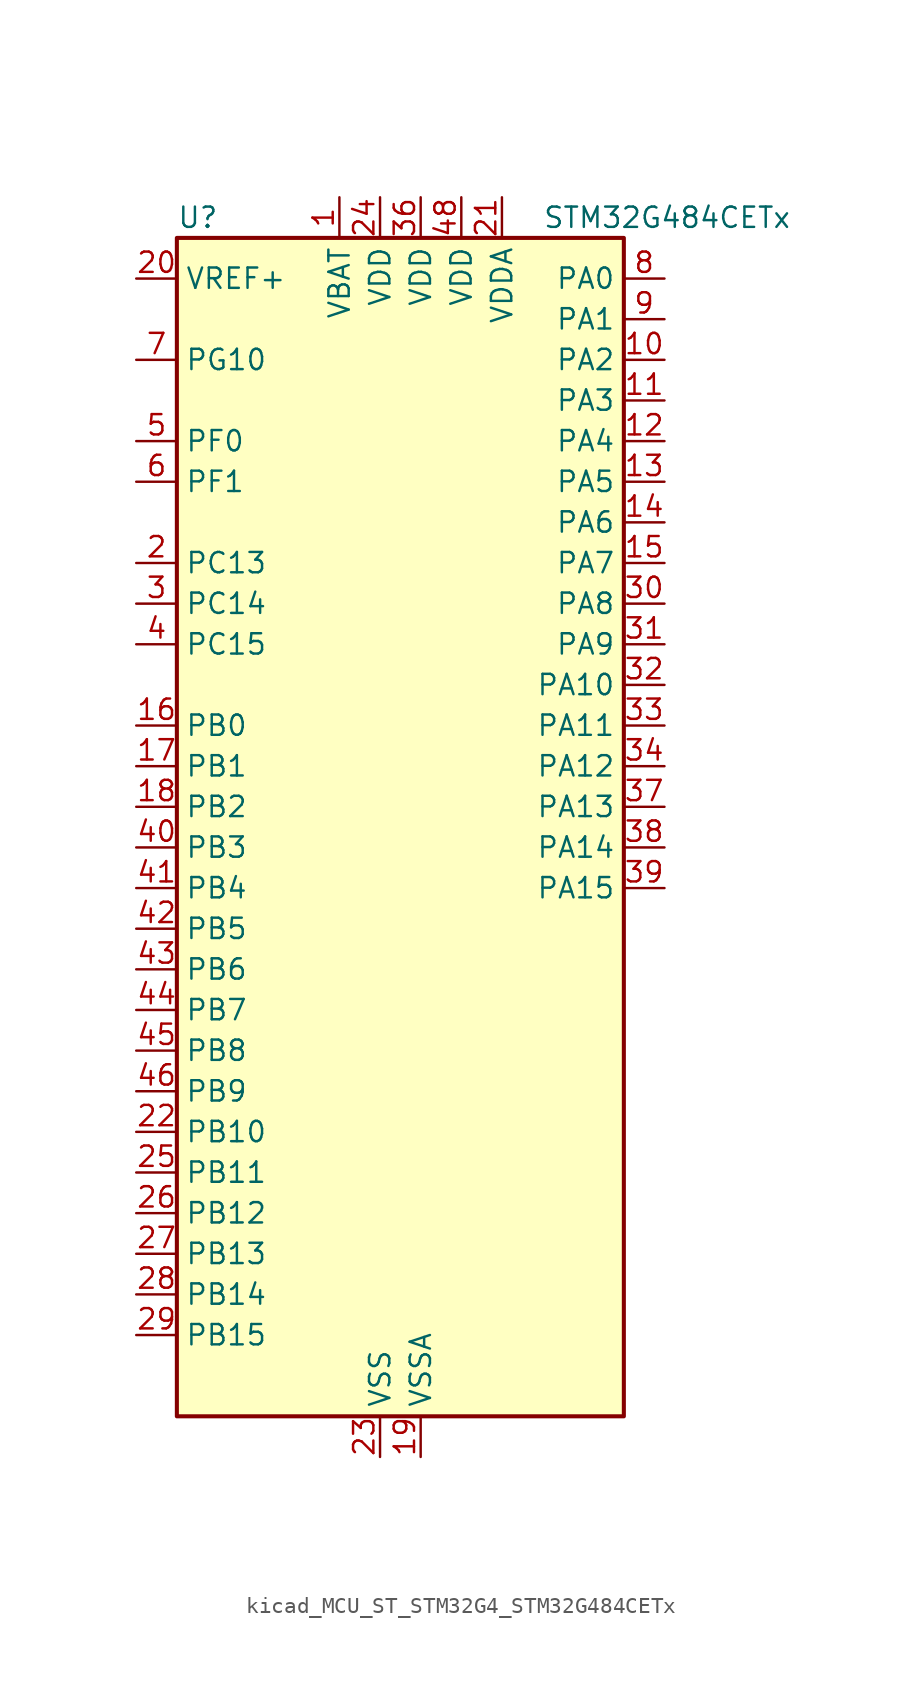
<source format=kicad_sym>
(kicad_symbol_lib
  (version 20220914)
  (generator kicad_symbol_editor)
  (symbol "kicad_MCU_ST_STM32G4_STM32G484CETx"
    (property "Reference" "U"
      (at -12.7 39.37 0)
      (effects (font (size 1.27 1.27)) (justify left)))
    (property "Value" "STM32G484CETx"
      (at 10.16 39.37 0)
      (effects (font (size 1.27 1.27)) (justify left)))
    (property "ki_locked" ""
      (at 0 0 0)
      (effects (font (size 1.27 1.27))))
    (symbol "kicad_MCU_ST_STM32G4_STM32G484CETx_0_1"
      (rectangle (start -12.7 -35.56) (end 15.24 38.1) (stroke (width 0.254) (type default)) (fill (type background))))
    (symbol "kicad_MCU_ST_STM32G4_STM32G484CETx_1_1"
      (pin power_in line (at -2.54 40.64 270) (length 2.54) (name "VBAT" (effects (font (size 1.27 1.27)))) (number "1" (effects (font (size 1.27 1.27)))))
      (pin bidirectional line (at 17.78 30.48 180) (length 2.54) (name "PA2" (effects (font (size 1.27 1.27)))) (number "10" (effects (font (size 1.27 1.27)))) (alternate "ADC1_IN3" bidirectional line) (alternate "ADC3_EXTI2" bidirectional line) (alternate "ADC4_EXTI2" bidirectional line) (alternate "ADC5_EXTI2" bidirectional line) (alternate "COMP2_INM" bidirectional line) (alternate "COMP2_OUT" bidirectional line) (alternate "LPUART1_TX" bidirectional line) (alternate "OPAMP1_VOUT" bidirectional line) (alternate "QUADSPI1_BK1_NCS" bidirectional line) (alternate "RCC_LSCO" bidirectional line) (alternate "SYS_WKUP4" bidirectional line) (alternate "TIM15_CH1" bidirectional line) (alternate "TIM2_CH3" bidirectional line) (alternate "TIM5_CH3" bidirectional line) (alternate "UCPD1_FRSTX1" bidirectional line) (alternate "UCPD1_FRSTX2" bidirectional line) (alternate "USART2_TX" bidirectional line))
      (pin bidirectional line (at 17.78 27.94 180) (length 2.54) (name "PA3" (effects (font (size 1.27 1.27)))) (number "11" (effects (font (size 1.27 1.27)))) (alternate "ADC1_IN4" bidirectional line) (alternate "ADC3_EXTI3" bidirectional line) (alternate "ADC4_EXTI3" bidirectional line) (alternate "ADC5_EXTI3" bidirectional line) (alternate "COMP2_INP" bidirectional line) (alternate "LPUART1_RX" bidirectional line) (alternate "OPAMP1_VINM" bidirectional line) (alternate "OPAMP1_VINM0" bidirectional line) (alternate "OPAMP1_VINM_SEC" bidirectional line) (alternate "OPAMP1_VINP" bidirectional line) (alternate "OPAMP1_VINP_SEC" bidirectional line) (alternate "OPAMP5_VINM" bidirectional line) (alternate "OPAMP5_VINM1" bidirectional line) (alternate "OPAMP5_VINM_SEC" bidirectional line) (alternate "QUADSPI1_CLK" bidirectional line) (alternate "SAI1_CK1" bidirectional line) (alternate "SAI1_MCLK_A" bidirectional line) (alternate "TIM15_CH2" bidirectional line) (alternate "TIM2_CH4" bidirectional line) (alternate "TIM5_CH4" bidirectional line) (alternate "USART2_RX" bidirectional line))
      (pin bidirectional line (at 17.78 25.4 180) (length 2.54) (name "PA4" (effects (font (size 1.27 1.27)))) (number "12" (effects (font (size 1.27 1.27)))) (alternate "ADC2_IN17" bidirectional line) (alternate "COMP1_INM" bidirectional line) (alternate "DAC1_OUT1" bidirectional line) (alternate "I2S3_WS" bidirectional line) (alternate "SAI1_FS_B" bidirectional line) (alternate "SPI1_NSS" bidirectional line) (alternate "SPI3_NSS" bidirectional line) (alternate "TIM3_CH2" bidirectional line) (alternate "USART2_CK" bidirectional line))
      (pin bidirectional line (at 17.78 22.86 180) (length 2.54) (name "PA5" (effects (font (size 1.27 1.27)))) (number "13" (effects (font (size 1.27 1.27)))) (alternate "ADC2_IN13" bidirectional line) (alternate "COMP2_INM" bidirectional line) (alternate "DAC1_OUT2" bidirectional line) (alternate "OPAMP2_VINM" bidirectional line) (alternate "OPAMP2_VINM0" bidirectional line) (alternate "OPAMP2_VINM_SEC" bidirectional line) (alternate "SPI1_SCK" bidirectional line) (alternate "TIM2_CH1" bidirectional line) (alternate "TIM2_ETR" bidirectional line) (alternate "UCPD1_FRSTX1" bidirectional line) (alternate "UCPD1_FRSTX2" bidirectional line))
      (pin bidirectional line (at 17.78 20.32 180) (length 2.54) (name "PA6" (effects (font (size 1.27 1.27)))) (number "14" (effects (font (size 1.27 1.27)))) (alternate "ADC2_IN3" bidirectional line) (alternate "COMP1_OUT" bidirectional line) (alternate "DAC2_OUT1" bidirectional line) (alternate "LPUART1_CTS" bidirectional line) (alternate "OPAMP2_VOUT" bidirectional line) (alternate "QUADSPI1_BK1_IO3" bidirectional line) (alternate "SPI1_MISO" bidirectional line) (alternate "TIM16_CH1" bidirectional line) (alternate "TIM1_BKIN" bidirectional line) (alternate "TIM3_CH1" bidirectional line) (alternate "TIM8_BKIN" bidirectional line))
      (pin bidirectional line (at 17.78 17.78 180) (length 2.54) (name "PA7" (effects (font (size 1.27 1.27)))) (number "15" (effects (font (size 1.27 1.27)))) (alternate "ADC2_IN4" bidirectional line) (alternate "COMP2_INP" bidirectional line) (alternate "COMP2_OUT" bidirectional line) (alternate "OPAMP1_VINP" bidirectional line) (alternate "OPAMP1_VINP_SEC" bidirectional line) (alternate "OPAMP2_VINP" bidirectional line) (alternate "OPAMP2_VINP_SEC" bidirectional line) (alternate "QUADSPI1_BK1_IO2" bidirectional line) (alternate "SPI1_MOSI" bidirectional line) (alternate "TIM17_CH1" bidirectional line) (alternate "TIM1_CH1N" bidirectional line) (alternate "TIM3_CH2" bidirectional line) (alternate "TIM8_CH1N" bidirectional line) (alternate "UCPD1_FRSTX1" bidirectional line) (alternate "UCPD1_FRSTX2" bidirectional line))
      (pin bidirectional line (at -15.24 7.62 0) (length 2.54) (name "PB0" (effects (font (size 1.27 1.27)))) (number "16" (effects (font (size 1.27 1.27)))) (alternate "ADC1_IN15" bidirectional line) (alternate "ADC3_IN12" bidirectional line) (alternate "COMP4_INP" bidirectional line) (alternate "HRTIM1_FLT5" bidirectional line) (alternate "OPAMP2_VINP" bidirectional line) (alternate "OPAMP2_VINP_SEC" bidirectional line) (alternate "OPAMP3_VINP" bidirectional line) (alternate "OPAMP3_VINP_SEC" bidirectional line) (alternate "QUADSPI1_BK1_IO1" bidirectional line) (alternate "TIM1_CH2N" bidirectional line) (alternate "TIM3_CH3" bidirectional line) (alternate "TIM8_CH2N" bidirectional line) (alternate "UCPD1_FRSTX1" bidirectional line) (alternate "UCPD1_FRSTX2" bidirectional line))
      (pin bidirectional line (at -15.24 5.08 0) (length 2.54) (name "PB1" (effects (font (size 1.27 1.27)))) (number "17" (effects (font (size 1.27 1.27)))) (alternate "ADC1_IN12" bidirectional line) (alternate "ADC3_IN1" bidirectional line) (alternate "COMP1_INP" bidirectional line) (alternate "COMP4_OUT" bidirectional line) (alternate "HRTIM1_SCOUT" bidirectional line) (alternate "LPUART1_DE" bidirectional line) (alternate "LPUART1_RTS" bidirectional line) (alternate "OPAMP3_VOUT" bidirectional line) (alternate "OPAMP6_VINM" bidirectional line) (alternate "OPAMP6_VINM1" bidirectional line) (alternate "OPAMP6_VINM_SEC" bidirectional line) (alternate "QUADSPI1_BK1_IO0" bidirectional line) (alternate "TIM1_CH3N" bidirectional line) (alternate "TIM3_CH4" bidirectional line) (alternate "TIM8_CH3N" bidirectional line))
      (pin bidirectional line (at -15.24 2.54 0) (length 2.54) (name "PB2" (effects (font (size 1.27 1.27)))) (number "18" (effects (font (size 1.27 1.27)))) (alternate "ADC2_IN12" bidirectional line) (alternate "ADC3_EXTI2" bidirectional line) (alternate "ADC4_EXTI2" bidirectional line) (alternate "ADC5_EXTI2" bidirectional line) (alternate "COMP4_INM" bidirectional line) (alternate "HRTIM1_SCIN" bidirectional line) (alternate "I2C3_SMBA" bidirectional line) (alternate "LPTIM1_OUT" bidirectional line) (alternate "OPAMP3_VINM" bidirectional line) (alternate "OPAMP3_VINM0" bidirectional line) (alternate "OPAMP3_VINM_SEC" bidirectional line) (alternate "QUADSPI1_BK2_IO1" bidirectional line) (alternate "RTC_OUT2" bidirectional line) (alternate "TIM20_CH1" bidirectional line) (alternate "TIM5_CH1" bidirectional line))
      (pin power_in line (at 2.54 -38.1 90) (length 2.54) (name "VSSA" (effects (font (size 1.27 1.27)))) (number "19" (effects (font (size 1.27 1.27)))))
      (pin bidirectional line (at -15.24 17.78 0) (length 2.54) (name "PC13" (effects (font (size 1.27 1.27)))) (number "2" (effects (font (size 1.27 1.27)))) (alternate "RTC_OUT1" bidirectional line) (alternate "RTC_TAMP1" bidirectional line) (alternate "RTC_TS" bidirectional line) (alternate "SYS_WKUP2" bidirectional line) (alternate "TIM1_BKIN" bidirectional line) (alternate "TIM1_CH1N" bidirectional line) (alternate "TIM8_CH4N" bidirectional line))
      (pin input line (at -15.24 35.56 0) (length 2.54) (name "VREF+" (effects (font (size 1.27 1.27)))) (number "20" (effects (font (size 1.27 1.27)))) (alternate "VREFBUF_OUT" bidirectional line))
      (pin power_in line (at 7.62 40.64 270) (length 2.54) (name "VDDA" (effects (font (size 1.27 1.27)))) (number "21" (effects (font (size 1.27 1.27)))))
      (pin bidirectional line (at -15.24 -17.78 0) (length 2.54) (name "PB10" (effects (font (size 1.27 1.27)))) (number "22" (effects (font (size 1.27 1.27)))) (alternate "COMP5_INM" bidirectional line) (alternate "DAC1_EXTI10" bidirectional line) (alternate "DAC2_EXTI10" bidirectional line) (alternate "DAC3_EXTI10" bidirectional line) (alternate "DAC4_EXTI10" bidirectional line) (alternate "HRTIM1_FLT3" bidirectional line) (alternate "LPUART1_RX" bidirectional line) (alternate "OPAMP3_VINM" bidirectional line) (alternate "OPAMP3_VINM1" bidirectional line) (alternate "OPAMP3_VINM_SEC" bidirectional line) (alternate "OPAMP4_VINM" bidirectional line) (alternate "OPAMP4_VINM0" bidirectional line) (alternate "OPAMP4_VINM_SEC" bidirectional line) (alternate "QUADSPI1_CLK" bidirectional line) (alternate "SAI1_SCK_A" bidirectional line) (alternate "TIM1_BKIN" bidirectional line) (alternate "TIM2_CH3" bidirectional line) (alternate "USART3_TX" bidirectional line))
      (pin power_in line (at 0 -38.1 90) (length 2.54) (name "VSS" (effects (font (size 1.27 1.27)))) (number "23" (effects (font (size 1.27 1.27)))))
      (pin power_in line (at 0 40.64 270) (length 2.54) (name "VDD" (effects (font (size 1.27 1.27)))) (number "24" (effects (font (size 1.27 1.27)))))
      (pin bidirectional line (at -15.24 -20.32 0) (length 2.54) (name "PB11" (effects (font (size 1.27 1.27)))) (number "25" (effects (font (size 1.27 1.27)))) (alternate "ADC1_EXTI11" bidirectional line) (alternate "ADC1_IN14" bidirectional line) (alternate "ADC2_EXTI11" bidirectional line) (alternate "ADC2_IN14" bidirectional line) (alternate "COMP6_INP" bidirectional line) (alternate "HRTIM1_FLT4" bidirectional line) (alternate "LPUART1_TX" bidirectional line) (alternate "OPAMP4_VINP" bidirectional line) (alternate "OPAMP4_VINP_SEC" bidirectional line) (alternate "OPAMP6_VOUT" bidirectional line) (alternate "QUADSPI1_BK1_NCS" bidirectional line) (alternate "TIM2_CH4" bidirectional line) (alternate "USART3_RX" bidirectional line))
      (pin bidirectional line (at -15.24 -22.86 0) (length 2.54) (name "PB12" (effects (font (size 1.27 1.27)))) (number "26" (effects (font (size 1.27 1.27)))) (alternate "ADC1_IN11" bidirectional line) (alternate "ADC4_IN3" bidirectional line) (alternate "COMP7_INM" bidirectional line) (alternate "FDCAN2_RX" bidirectional line) (alternate "HRTIM1_CHC1" bidirectional line) (alternate "I2C2_SMBA" bidirectional line) (alternate "I2S2_WS" bidirectional line) (alternate "LPUART1_DE" bidirectional line) (alternate "LPUART1_RTS" bidirectional line) (alternate "OPAMP4_VOUT" bidirectional line) (alternate "OPAMP6_VINP" bidirectional line) (alternate "OPAMP6_VINP_SEC" bidirectional line) (alternate "SPI2_NSS" bidirectional line) (alternate "TIM1_BKIN" bidirectional line) (alternate "TIM5_ETR" bidirectional line) (alternate "USART3_CK" bidirectional line))
      (pin bidirectional line (at -15.24 -25.4 0) (length 2.54) (name "PB13" (effects (font (size 1.27 1.27)))) (number "27" (effects (font (size 1.27 1.27)))) (alternate "ADC3_IN5" bidirectional line) (alternate "COMP5_INP" bidirectional line) (alternate "FDCAN2_TX" bidirectional line) (alternate "HRTIM1_CHC2" bidirectional line) (alternate "I2S2_CK" bidirectional line) (alternate "LPUART1_CTS" bidirectional line) (alternate "OPAMP3_VINP" bidirectional line) (alternate "OPAMP3_VINP_SEC" bidirectional line) (alternate "OPAMP4_VINP" bidirectional line) (alternate "OPAMP4_VINP_SEC" bidirectional line) (alternate "OPAMP6_VINP" bidirectional line) (alternate "OPAMP6_VINP_SEC" bidirectional line) (alternate "SPI2_SCK" bidirectional line) (alternate "TIM1_CH1N" bidirectional line) (alternate "USART3_CTS" bidirectional line) (alternate "USART3_NSS" bidirectional line))
      (pin bidirectional line (at -15.24 -27.94 0) (length 2.54) (name "PB14" (effects (font (size 1.27 1.27)))) (number "28" (effects (font (size 1.27 1.27)))) (alternate "ADC1_IN5" bidirectional line) (alternate "ADC4_IN4" bidirectional line) (alternate "COMP4_OUT" bidirectional line) (alternate "COMP7_INP" bidirectional line) (alternate "HRTIM1_CHD1" bidirectional line) (alternate "OPAMP2_VINP" bidirectional line) (alternate "OPAMP2_VINP_SEC" bidirectional line) (alternate "OPAMP5_VINP" bidirectional line) (alternate "OPAMP5_VINP_SEC" bidirectional line) (alternate "SPI2_MISO" bidirectional line) (alternate "TIM15_CH1" bidirectional line) (alternate "TIM1_CH2N" bidirectional line) (alternate "USART3_DE" bidirectional line) (alternate "USART3_RTS" bidirectional line))
      (pin bidirectional line (at -15.24 -30.48 0) (length 2.54) (name "PB15" (effects (font (size 1.27 1.27)))) (number "29" (effects (font (size 1.27 1.27)))) (alternate "ADC1_EXTI15" bidirectional line) (alternate "ADC2_EXTI15" bidirectional line) (alternate "ADC2_IN15" bidirectional line) (alternate "ADC4_IN5" bidirectional line) (alternate "COMP3_OUT" bidirectional line) (alternate "COMP6_INM" bidirectional line) (alternate "HRTIM1_CHD2" bidirectional line) (alternate "I2S2_SD" bidirectional line) (alternate "OPAMP5_VINM" bidirectional line) (alternate "OPAMP5_VINM0" bidirectional line) (alternate "OPAMP5_VINM_SEC" bidirectional line) (alternate "RTC_REFIN" bidirectional line) (alternate "SPI2_MOSI" bidirectional line) (alternate "TIM15_CH1N" bidirectional line) (alternate "TIM15_CH2" bidirectional line) (alternate "TIM1_CH3N" bidirectional line))
      (pin bidirectional line (at -15.24 15.24 0) (length 2.54) (name "PC14" (effects (font (size 1.27 1.27)))) (number "3" (effects (font (size 1.27 1.27)))) (alternate "RCC_OSC32_IN" bidirectional line))
      (pin bidirectional line (at 17.78 15.24 180) (length 2.54) (name "PA8" (effects (font (size 1.27 1.27)))) (number "30" (effects (font (size 1.27 1.27)))) (alternate "ADC5_IN1" bidirectional line) (alternate "COMP7_OUT" bidirectional line) (alternate "FDCAN3_RX" bidirectional line) (alternate "HRTIM1_CHA1" bidirectional line) (alternate "I2C2_SDA" bidirectional line) (alternate "I2C3_SCL" bidirectional line) (alternate "I2S2_MCK" bidirectional line) (alternate "OPAMP5_VOUT" bidirectional line) (alternate "RCC_MCO" bidirectional line) (alternate "SAI1_CK2" bidirectional line) (alternate "SAI1_SCK_A" bidirectional line) (alternate "TIM1_CH1" bidirectional line) (alternate "TIM4_ETR" bidirectional line) (alternate "USART1_CK" bidirectional line))
      (pin bidirectional line (at 17.78 12.7 180) (length 2.54) (name "PA9" (effects (font (size 1.27 1.27)))) (number "31" (effects (font (size 1.27 1.27)))) (alternate "ADC5_IN2" bidirectional line) (alternate "COMP5_OUT" bidirectional line) (alternate "DAC1_EXTI9" bidirectional line) (alternate "DAC2_EXTI9" bidirectional line) (alternate "DAC3_EXTI9" bidirectional line) (alternate "DAC4_EXTI9" bidirectional line) (alternate "HRTIM1_CHA2" bidirectional line) (alternate "I2C2_SCL" bidirectional line) (alternate "I2C3_SMBA" bidirectional line) (alternate "I2S3_MCK" bidirectional line) (alternate "SAI1_FS_A" bidirectional line) (alternate "TIM15_BKIN" bidirectional line) (alternate "TIM1_CH2" bidirectional line) (alternate "TIM2_CH3" bidirectional line) (alternate "UCPD1_DBCC1" bidirectional line) (alternate "USART1_TX" bidirectional line))
      (pin bidirectional line (at 17.78 10.16 180) (length 2.54) (name "PA10" (effects (font (size 1.27 1.27)))) (number "32" (effects (font (size 1.27 1.27)))) (alternate "COMP6_OUT" bidirectional line) (alternate "CRS_SYNC" bidirectional line) (alternate "DAC1_EXTI10" bidirectional line) (alternate "DAC2_EXTI10" bidirectional line) (alternate "DAC3_EXTI10" bidirectional line) (alternate "DAC4_EXTI10" bidirectional line) (alternate "HRTIM1_CHB1" bidirectional line) (alternate "I2C2_SMBA" bidirectional line) (alternate "SAI1_D1" bidirectional line) (alternate "SAI1_SD_A" bidirectional line) (alternate "SPI2_MISO" bidirectional line) (alternate "TIM17_BKIN" bidirectional line) (alternate "TIM1_CH3" bidirectional line) (alternate "TIM2_CH4" bidirectional line) (alternate "TIM8_BKIN" bidirectional line) (alternate "UCPD1_DBCC2" bidirectional line) (alternate "USART1_RX" bidirectional line))
      (pin bidirectional line (at 17.78 7.62 180) (length 2.54) (name "PA11" (effects (font (size 1.27 1.27)))) (number "33" (effects (font (size 1.27 1.27)))) (alternate "ADC1_EXTI11" bidirectional line) (alternate "ADC2_EXTI11" bidirectional line) (alternate "COMP1_OUT" bidirectional line) (alternate "FDCAN1_RX" bidirectional line) (alternate "HRTIM1_CHB2" bidirectional line) (alternate "I2S2_SD" bidirectional line) (alternate "SPI2_MOSI" bidirectional line) (alternate "TIM1_BKIN2" bidirectional line) (alternate "TIM1_CH1N" bidirectional line) (alternate "TIM1_CH4" bidirectional line) (alternate "TIM4_CH1" bidirectional line) (alternate "USART1_CTS" bidirectional line) (alternate "USART1_NSS" bidirectional line) (alternate "USB_DM" bidirectional line))
      (pin bidirectional line (at 17.78 5.08 180) (length 2.54) (name "PA12" (effects (font (size 1.27 1.27)))) (number "34" (effects (font (size 1.27 1.27)))) (alternate "COMP2_OUT" bidirectional line) (alternate "FDCAN1_TX" bidirectional line) (alternate "HRTIM1_FLT1" bidirectional line) (alternate "I2S_CKIN" bidirectional line) (alternate "TIM16_CH1" bidirectional line) (alternate "TIM1_CH2N" bidirectional line) (alternate "TIM1_ETR" bidirectional line) (alternate "TIM4_CH2" bidirectional line) (alternate "USART1_DE" bidirectional line) (alternate "USART1_RTS" bidirectional line) (alternate "USB_DP" bidirectional line))
      (pin passive line (at 0 -38.1 90) (length 2.54) hide (name "VSS" (effects (font (size 1.27 1.27)))) (number "35" (effects (font (size 1.27 1.27)))))
      (pin power_in line (at 2.54 40.64 270) (length 2.54) (name "VDD" (effects (font (size 1.27 1.27)))) (number "36" (effects (font (size 1.27 1.27)))))
      (pin bidirectional line (at 17.78 2.54 180) (length 2.54) (name "PA13" (effects (font (size 1.27 1.27)))) (number "37" (effects (font (size 1.27 1.27)))) (alternate "I2C1_SCL" bidirectional line) (alternate "I2C4_SCL" bidirectional line) (alternate "IR_OUT" bidirectional line) (alternate "SAI1_SD_B" bidirectional line) (alternate "SYS_JTMS-SWDIO" bidirectional line) (alternate "TIM16_CH1N" bidirectional line) (alternate "TIM4_CH3" bidirectional line) (alternate "USART3_CTS" bidirectional line) (alternate "USART3_NSS" bidirectional line))
      (pin bidirectional line (at 17.78 0 180) (length 2.54) (name "PA14" (effects (font (size 1.27 1.27)))) (number "38" (effects (font (size 1.27 1.27)))) (alternate "I2C1_SDA" bidirectional line) (alternate "I2C4_SMBA" bidirectional line) (alternate "LPTIM1_OUT" bidirectional line) (alternate "SAI1_FS_B" bidirectional line) (alternate "SYS_JTCK-SWCLK" bidirectional line) (alternate "TIM1_BKIN" bidirectional line) (alternate "TIM8_CH2" bidirectional line) (alternate "USART2_TX" bidirectional line))
      (pin bidirectional line (at 17.78 -2.54 180) (length 2.54) (name "PA15" (effects (font (size 1.27 1.27)))) (number "39" (effects (font (size 1.27 1.27)))) (alternate "ADC1_EXTI15" bidirectional line) (alternate "ADC2_EXTI15" bidirectional line) (alternate "FDCAN3_TX" bidirectional line) (alternate "HRTIM1_FLT2" bidirectional line) (alternate "I2C1_SCL" bidirectional line) (alternate "I2S3_WS" bidirectional line) (alternate "SPI1_NSS" bidirectional line) (alternate "SPI3_NSS" bidirectional line) (alternate "SYS_JTDI" bidirectional line) (alternate "TIM1_BKIN" bidirectional line) (alternate "TIM2_CH1" bidirectional line) (alternate "TIM2_ETR" bidirectional line) (alternate "TIM8_CH1" bidirectional line) (alternate "USART2_RX" bidirectional line))
      (pin bidirectional line (at -15.24 12.7 0) (length 2.54) (name "PC15" (effects (font (size 1.27 1.27)))) (number "4" (effects (font (size 1.27 1.27)))) (alternate "ADC1_EXTI15" bidirectional line) (alternate "ADC2_EXTI15" bidirectional line) (alternate "RCC_OSC32_OUT" bidirectional line))
      (pin bidirectional line (at -15.24 0 0) (length 2.54) (name "PB3" (effects (font (size 1.27 1.27)))) (number "40" (effects (font (size 1.27 1.27)))) (alternate "ADC3_EXTI3" bidirectional line) (alternate "ADC4_EXTI3" bidirectional line) (alternate "ADC5_EXTI3" bidirectional line) (alternate "CRS_SYNC" bidirectional line) (alternate "FDCAN3_RX" bidirectional line) (alternate "HRTIM1_EEV9" bidirectional line) (alternate "HRTIM1_SCOUT" bidirectional line) (alternate "I2S3_CK" bidirectional line) (alternate "SAI1_SCK_B" bidirectional line) (alternate "SPI1_SCK" bidirectional line) (alternate "SPI3_SCK" bidirectional line) (alternate "SYS_JTDO-SWO" bidirectional line) (alternate "TIM2_CH2" bidirectional line) (alternate "TIM3_ETR" bidirectional line) (alternate "TIM4_ETR" bidirectional line) (alternate "TIM8_CH1N" bidirectional line) (alternate "USART2_TX" bidirectional line))
      (pin bidirectional line (at -15.24 -2.54 0) (length 2.54) (name "PB4" (effects (font (size 1.27 1.27)))) (number "41" (effects (font (size 1.27 1.27)))) (alternate "FDCAN3_TX" bidirectional line) (alternate "HRTIM1_EEV7" bidirectional line) (alternate "SAI1_MCLK_B" bidirectional line) (alternate "SPI1_MISO" bidirectional line) (alternate "SPI3_MISO" bidirectional line) (alternate "SYS_JTRST" bidirectional line) (alternate "TIM16_CH1" bidirectional line) (alternate "TIM17_BKIN" bidirectional line) (alternate "TIM3_CH1" bidirectional line) (alternate "TIM8_CH2N" bidirectional line) (alternate "UCPD1_CC2" bidirectional line) (alternate "USART2_RX" bidirectional line))
      (pin bidirectional line (at -15.24 -5.08 0) (length 2.54) (name "PB5" (effects (font (size 1.27 1.27)))) (number "42" (effects (font (size 1.27 1.27)))) (alternate "FDCAN2_RX" bidirectional line) (alternate "HRTIM1_EEV6" bidirectional line) (alternate "I2C1_SMBA" bidirectional line) (alternate "I2C3_SDA" bidirectional line) (alternate "I2S3_SD" bidirectional line) (alternate "LPTIM1_IN1" bidirectional line) (alternate "SAI1_SD_B" bidirectional line) (alternate "SPI1_MOSI" bidirectional line) (alternate "SPI3_MOSI" bidirectional line) (alternate "TIM16_BKIN" bidirectional line) (alternate "TIM17_CH1" bidirectional line) (alternate "TIM3_CH2" bidirectional line) (alternate "TIM8_CH3N" bidirectional line) (alternate "USART2_CK" bidirectional line))
      (pin bidirectional line (at -15.24 -7.62 0) (length 2.54) (name "PB6" (effects (font (size 1.27 1.27)))) (number "43" (effects (font (size 1.27 1.27)))) (alternate "COMP4_OUT" bidirectional line) (alternate "FDCAN2_TX" bidirectional line) (alternate "HRTIM1_EEV4" bidirectional line) (alternate "HRTIM1_SCIN" bidirectional line) (alternate "LPTIM1_ETR" bidirectional line) (alternate "SAI1_FS_B" bidirectional line) (alternate "TIM16_CH1N" bidirectional line) (alternate "TIM4_CH1" bidirectional line) (alternate "TIM8_BKIN2" bidirectional line) (alternate "TIM8_CH1" bidirectional line) (alternate "TIM8_ETR" bidirectional line) (alternate "UCPD1_CC1" bidirectional line) (alternate "USART1_TX" bidirectional line))
      (pin bidirectional line (at -15.24 -10.16 0) (length 2.54) (name "PB7" (effects (font (size 1.27 1.27)))) (number "44" (effects (font (size 1.27 1.27)))) (alternate "COMP3_OUT" bidirectional line) (alternate "HRTIM1_EEV3" bidirectional line) (alternate "I2C1_SDA" bidirectional line) (alternate "I2C4_SDA" bidirectional line) (alternate "LPTIM1_IN2" bidirectional line) (alternate "SYS_PVD_IN" bidirectional line) (alternate "TIM17_CH1N" bidirectional line) (alternate "TIM3_CH4" bidirectional line) (alternate "TIM4_CH2" bidirectional line) (alternate "TIM8_BKIN" bidirectional line) (alternate "USART1_RX" bidirectional line))
      (pin bidirectional line (at -15.24 -12.7 0) (length 2.54) (name "PB8" (effects (font (size 1.27 1.27)))) (number "45" (effects (font (size 1.27 1.27)))) (alternate "COMP1_OUT" bidirectional line) (alternate "FDCAN1_RX" bidirectional line) (alternate "HRTIM1_EEV8" bidirectional line) (alternate "I2C1_SCL" bidirectional line) (alternate "SAI1_CK1" bidirectional line) (alternate "SAI1_MCLK_A" bidirectional line) (alternate "TIM16_CH1" bidirectional line) (alternate "TIM1_BKIN" bidirectional line) (alternate "TIM4_CH3" bidirectional line) (alternate "TIM8_CH2" bidirectional line) (alternate "USART3_RX" bidirectional line))
      (pin bidirectional line (at -15.24 -15.24 0) (length 2.54) (name "PB9" (effects (font (size 1.27 1.27)))) (number "46" (effects (font (size 1.27 1.27)))) (alternate "COMP2_OUT" bidirectional line) (alternate "DAC1_EXTI9" bidirectional line) (alternate "DAC2_EXTI9" bidirectional line) (alternate "DAC3_EXTI9" bidirectional line) (alternate "DAC4_EXTI9" bidirectional line) (alternate "FDCAN1_TX" bidirectional line) (alternate "HRTIM1_EEV5" bidirectional line) (alternate "I2C1_SDA" bidirectional line) (alternate "IR_OUT" bidirectional line) (alternate "SAI1_D2" bidirectional line) (alternate "SAI1_FS_A" bidirectional line) (alternate "TIM17_CH1" bidirectional line) (alternate "TIM1_CH3N" bidirectional line) (alternate "TIM4_CH4" bidirectional line) (alternate "TIM8_CH3" bidirectional line) (alternate "USART3_TX" bidirectional line))
      (pin passive line (at 0 -38.1 90) (length 2.54) hide (name "VSS" (effects (font (size 1.27 1.27)))) (number "47" (effects (font (size 1.27 1.27)))))
      (pin power_in line (at 5.08 40.64 270) (length 2.54) (name "VDD" (effects (font (size 1.27 1.27)))) (number "48" (effects (font (size 1.27 1.27)))))
      (pin bidirectional line (at -15.24 25.4 0) (length 2.54) (name "PF0" (effects (font (size 1.27 1.27)))) (number "5" (effects (font (size 1.27 1.27)))) (alternate "ADC1_IN10" bidirectional line) (alternate "I2C2_SDA" bidirectional line) (alternate "I2S2_WS" bidirectional line) (alternate "RCC_OSC_IN" bidirectional line) (alternate "SPI2_NSS" bidirectional line) (alternate "TIM1_CH3N" bidirectional line))
      (pin bidirectional line (at -15.24 22.86 0) (length 2.54) (name "PF1" (effects (font (size 1.27 1.27)))) (number "6" (effects (font (size 1.27 1.27)))) (alternate "ADC2_IN10" bidirectional line) (alternate "COMP3_INM" bidirectional line) (alternate "I2S2_CK" bidirectional line) (alternate "RCC_OSC_OUT" bidirectional line) (alternate "SPI2_SCK" bidirectional line))
      (pin bidirectional line (at -15.24 30.48 0) (length 2.54) (name "PG10" (effects (font (size 1.27 1.27)))) (number "7" (effects (font (size 1.27 1.27)))) (alternate "DAC1_EXTI10" bidirectional line) (alternate "DAC2_EXTI10" bidirectional line) (alternate "DAC3_EXTI10" bidirectional line) (alternate "DAC4_EXTI10" bidirectional line) (alternate "RCC_MCO" bidirectional line))
      (pin bidirectional line (at 17.78 35.56 180) (length 2.54) (name "PA0" (effects (font (size 1.27 1.27)))) (number "8" (effects (font (size 1.27 1.27)))) (alternate "ADC1_IN1" bidirectional line) (alternate "ADC2_IN1" bidirectional line) (alternate "COMP1_INM" bidirectional line) (alternate "COMP1_OUT" bidirectional line) (alternate "COMP3_INP" bidirectional line) (alternate "RTC_TAMP2" bidirectional line) (alternate "SYS_WKUP1" bidirectional line) (alternate "TIM2_CH1" bidirectional line) (alternate "TIM2_ETR" bidirectional line) (alternate "TIM5_CH1" bidirectional line) (alternate "TIM8_BKIN" bidirectional line) (alternate "TIM8_ETR" bidirectional line) (alternate "USART2_CTS" bidirectional line) (alternate "USART2_NSS" bidirectional line))
      (pin bidirectional line (at 17.78 33.02 180) (length 2.54) (name "PA1" (effects (font (size 1.27 1.27)))) (number "9" (effects (font (size 1.27 1.27)))) (alternate "ADC1_IN2" bidirectional line) (alternate "ADC2_IN2" bidirectional line) (alternate "COMP1_INP" bidirectional line) (alternate "OPAMP1_VINP" bidirectional line) (alternate "OPAMP1_VINP_SEC" bidirectional line) (alternate "OPAMP3_VINP" bidirectional line) (alternate "OPAMP3_VINP_SEC" bidirectional line) (alternate "OPAMP6_VINM" bidirectional line) (alternate "OPAMP6_VINM0" bidirectional line) (alternate "OPAMP6_VINM_SEC" bidirectional line) (alternate "RTC_REFIN" bidirectional line) (alternate "TIM15_CH1N" bidirectional line) (alternate "TIM2_CH2" bidirectional line) (alternate "TIM5_CH2" bidirectional line) (alternate "USART2_DE" bidirectional line) (alternate "USART2_RTS" bidirectional line)))))
</source>
